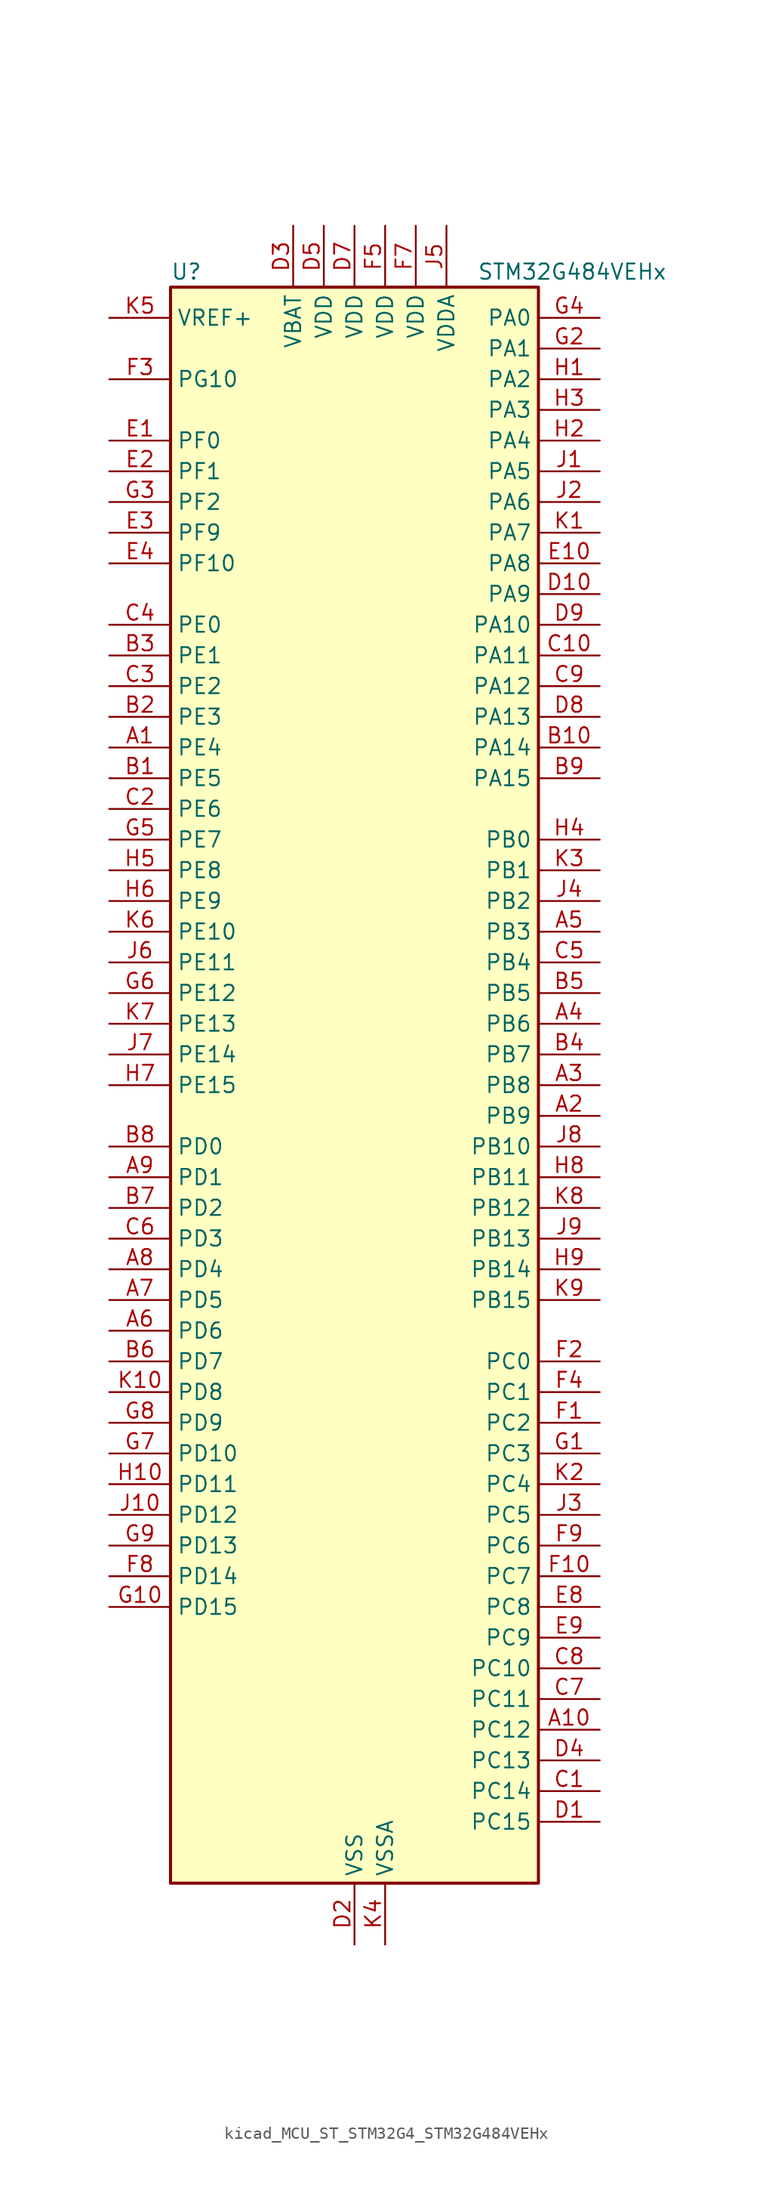
<source format=kicad_sym>
(kicad_symbol_lib
  (version 20220914)
  (generator kicad_symbol_editor)
  (symbol "kicad_MCU_ST_STM32G4_STM32G484VEHx"
    (property "Reference" "U"
      (at -15.24 67.31 0)
      (effects (font (size 1.27 1.27)) (justify left)))
    (property "Value" "STM32G484VEHx"
      (at 10.16 67.31 0)
      (effects (font (size 1.27 1.27)) (justify left)))
    (property "ki_locked" ""
      (at 0 0 0)
      (effects (font (size 1.27 1.27))))
    (symbol "kicad_MCU_ST_STM32G4_STM32G484VEHx_0_1"
      (rectangle (start -15.24 -66.04) (end 15.24 66.04) (stroke (width 0.254) (type default)) (fill (type background))))
    (symbol "kicad_MCU_ST_STM32G4_STM32G484VEHx_1_1"
      (pin bidirectional line (at -20.32 27.94 0) (length 5.08) (name "PE4" (effects (font (size 1.27 1.27)))) (number "A1" (effects (font (size 1.27 1.27)))) (alternate "FMC_A20" bidirectional line) (alternate "SAI1_D2" bidirectional line) (alternate "SAI1_FS_A" bidirectional line) (alternate "SPI4_NSS" bidirectional line) (alternate "SYS_TRACED1" bidirectional line) (alternate "TIM20_CH1N" bidirectional line) (alternate "TIM3_CH3" bidirectional line))
      (pin bidirectional line (at 20.32 -53.34 180) (length 5.08) (name "PC12" (effects (font (size 1.27 1.27)))) (number "A10" (effects (font (size 1.27 1.27)))) (alternate "HRTIM1_EEV1" bidirectional line) (alternate "I2S3_SD" bidirectional line) (alternate "SPI3_MOSI" bidirectional line) (alternate "TIM5_CH2" bidirectional line) (alternate "TIM8_CH3N" bidirectional line) (alternate "UART5_TX" bidirectional line) (alternate "UCPD1_FRSTX1" bidirectional line) (alternate "UCPD1_FRSTX2" bidirectional line) (alternate "USART3_CK" bidirectional line))
      (pin bidirectional line (at 20.32 -2.54 180) (length 5.08) (name "PB9" (effects (font (size 1.27 1.27)))) (number "A2" (effects (font (size 1.27 1.27)))) (alternate "COMP2_OUT" bidirectional line) (alternate "DAC1_EXTI9" bidirectional line) (alternate "DAC2_EXTI9" bidirectional line) (alternate "DAC3_EXTI9" bidirectional line) (alternate "DAC4_EXTI9" bidirectional line) (alternate "FDCAN1_TX" bidirectional line) (alternate "HRTIM1_EEV5" bidirectional line) (alternate "I2C1_SDA" bidirectional line) (alternate "IR_OUT" bidirectional line) (alternate "SAI1_D2" bidirectional line) (alternate "SAI1_FS_A" bidirectional line) (alternate "TIM17_CH1" bidirectional line) (alternate "TIM1_CH3N" bidirectional line) (alternate "TIM4_CH4" bidirectional line) (alternate "TIM8_CH3" bidirectional line) (alternate "USART3_TX" bidirectional line))
      (pin bidirectional line (at 20.32 0 180) (length 5.08) (name "PB8" (effects (font (size 1.27 1.27)))) (number "A3" (effects (font (size 1.27 1.27)))) (alternate "COMP1_OUT" bidirectional line) (alternate "FDCAN1_RX" bidirectional line) (alternate "HRTIM1_EEV8" bidirectional line) (alternate "I2C1_SCL" bidirectional line) (alternate "SAI1_CK1" bidirectional line) (alternate "SAI1_MCLK_A" bidirectional line) (alternate "TIM16_CH1" bidirectional line) (alternate "TIM1_BKIN" bidirectional line) (alternate "TIM4_CH3" bidirectional line) (alternate "TIM8_CH2" bidirectional line) (alternate "USART3_RX" bidirectional line))
      (pin bidirectional line (at 20.32 5.08 180) (length 5.08) (name "PB6" (effects (font (size 1.27 1.27)))) (number "A4" (effects (font (size 1.27 1.27)))) (alternate "COMP4_OUT" bidirectional line) (alternate "FDCAN2_TX" bidirectional line) (alternate "HRTIM1_EEV4" bidirectional line) (alternate "HRTIM1_SCIN" bidirectional line) (alternate "LPTIM1_ETR" bidirectional line) (alternate "SAI1_FS_B" bidirectional line) (alternate "TIM16_CH1N" bidirectional line) (alternate "TIM4_CH1" bidirectional line) (alternate "TIM8_BKIN2" bidirectional line) (alternate "TIM8_CH1" bidirectional line) (alternate "TIM8_ETR" bidirectional line) (alternate "UCPD1_CC1" bidirectional line) (alternate "USART1_TX" bidirectional line))
      (pin bidirectional line (at 20.32 12.7 180) (length 5.08) (name "PB3" (effects (font (size 1.27 1.27)))) (number "A5" (effects (font (size 1.27 1.27)))) (alternate "ADC3_EXTI3" bidirectional line) (alternate "ADC4_EXTI3" bidirectional line) (alternate "ADC5_EXTI3" bidirectional line) (alternate "CRS_SYNC" bidirectional line) (alternate "FDCAN3_RX" bidirectional line) (alternate "HRTIM1_EEV9" bidirectional line) (alternate "HRTIM1_SCOUT" bidirectional line) (alternate "I2S3_CK" bidirectional line) (alternate "SAI1_SCK_B" bidirectional line) (alternate "SPI1_SCK" bidirectional line) (alternate "SPI3_SCK" bidirectional line) (alternate "SYS_JTDO-SWO" bidirectional line) (alternate "TIM2_CH2" bidirectional line) (alternate "TIM3_ETR" bidirectional line) (alternate "TIM4_ETR" bidirectional line) (alternate "TIM8_CH1N" bidirectional line) (alternate "USART2_TX" bidirectional line))
      (pin bidirectional line (at -20.32 -20.32 0) (length 5.08) (name "PD6" (effects (font (size 1.27 1.27)))) (number "A6" (effects (font (size 1.27 1.27)))) (alternate "FMC_NWAIT" bidirectional line) (alternate "QUADSPI1_BK2_IO2" bidirectional line) (alternate "SAI1_D1" bidirectional line) (alternate "SAI1_SD_A" bidirectional line) (alternate "TIM2_CH4" bidirectional line) (alternate "USART2_RX" bidirectional line))
      (pin bidirectional line (at -20.32 -17.78 0) (length 5.08) (name "PD5" (effects (font (size 1.27 1.27)))) (number "A7" (effects (font (size 1.27 1.27)))) (alternate "FMC_NWE" bidirectional line) (alternate "QUADSPI1_BK2_IO1" bidirectional line) (alternate "USART2_TX" bidirectional line))
      (pin bidirectional line (at -20.32 -15.24 0) (length 5.08) (name "PD4" (effects (font (size 1.27 1.27)))) (number "A8" (effects (font (size 1.27 1.27)))) (alternate "FMC_NOE" bidirectional line) (alternate "QUADSPI1_BK2_IO0" bidirectional line) (alternate "TIM2_CH2" bidirectional line) (alternate "USART2_DE" bidirectional line) (alternate "USART2_RTS" bidirectional line))
      (pin bidirectional line (at -20.32 -7.62 0) (length 5.08) (name "PD1" (effects (font (size 1.27 1.27)))) (number "A9" (effects (font (size 1.27 1.27)))) (alternate "FDCAN1_TX" bidirectional line) (alternate "FMC_D3" bidirectional line) (alternate "FMC_DA3" bidirectional line) (alternate "TIM8_BKIN2" bidirectional line) (alternate "TIM8_CH4" bidirectional line))
      (pin bidirectional line (at -20.32 25.4 0) (length 5.08) (name "PE5" (effects (font (size 1.27 1.27)))) (number "B1" (effects (font (size 1.27 1.27)))) (alternate "FMC_A21" bidirectional line) (alternate "SAI1_CK2" bidirectional line) (alternate "SAI1_SCK_A" bidirectional line) (alternate "SPI4_MISO" bidirectional line) (alternate "SYS_TRACED2" bidirectional line) (alternate "TIM20_CH2N" bidirectional line) (alternate "TIM3_CH4" bidirectional line))
      (pin bidirectional line (at 20.32 27.94 180) (length 5.08) (name "PA14" (effects (font (size 1.27 1.27)))) (number "B10" (effects (font (size 1.27 1.27)))) (alternate "I2C1_SDA" bidirectional line) (alternate "I2C4_SMBA" bidirectional line) (alternate "LPTIM1_OUT" bidirectional line) (alternate "SAI1_FS_B" bidirectional line) (alternate "SYS_JTCK-SWCLK" bidirectional line) (alternate "TIM1_BKIN" bidirectional line) (alternate "TIM8_CH2" bidirectional line) (alternate "USART2_TX" bidirectional line))
      (pin bidirectional line (at -20.32 30.48 0) (length 5.08) (name "PE3" (effects (font (size 1.27 1.27)))) (number "B2" (effects (font (size 1.27 1.27)))) (alternate "ADC3_EXTI3" bidirectional line) (alternate "ADC4_EXTI3" bidirectional line) (alternate "ADC5_EXTI3" bidirectional line) (alternate "FMC_A19" bidirectional line) (alternate "SAI1_SD_B" bidirectional line) (alternate "SPI4_NSS" bidirectional line) (alternate "SYS_TRACED0" bidirectional line) (alternate "TIM20_CH2" bidirectional line) (alternate "TIM3_CH2" bidirectional line))
      (pin bidirectional line (at -20.32 35.56 0) (length 5.08) (name "PE1" (effects (font (size 1.27 1.27)))) (number "B3" (effects (font (size 1.27 1.27)))) (alternate "FMC_NBL1" bidirectional line) (alternate "TIM17_CH1" bidirectional line) (alternate "TIM20_CH4" bidirectional line) (alternate "USART1_RX" bidirectional line))
      (pin bidirectional line (at 20.32 2.54 180) (length 5.08) (name "PB7" (effects (font (size 1.27 1.27)))) (number "B4" (effects (font (size 1.27 1.27)))) (alternate "COMP3_OUT" bidirectional line) (alternate "FMC_NL" bidirectional line) (alternate "HRTIM1_EEV3" bidirectional line) (alternate "I2C1_SDA" bidirectional line) (alternate "I2C4_SDA" bidirectional line) (alternate "LPTIM1_IN2" bidirectional line) (alternate "SYS_PVD_IN" bidirectional line) (alternate "TIM17_CH1N" bidirectional line) (alternate "TIM3_CH4" bidirectional line) (alternate "TIM4_CH2" bidirectional line) (alternate "TIM8_BKIN" bidirectional line) (alternate "UART4_CTS" bidirectional line) (alternate "USART1_RX" bidirectional line))
      (pin bidirectional line (at 20.32 7.62 180) (length 5.08) (name "PB5" (effects (font (size 1.27 1.27)))) (number "B5" (effects (font (size 1.27 1.27)))) (alternate "FDCAN2_RX" bidirectional line) (alternate "HRTIM1_EEV6" bidirectional line) (alternate "I2C1_SMBA" bidirectional line) (alternate "I2C3_SDA" bidirectional line) (alternate "I2S3_SD" bidirectional line) (alternate "LPTIM1_IN1" bidirectional line) (alternate "SAI1_SD_B" bidirectional line) (alternate "SPI1_MOSI" bidirectional line) (alternate "SPI3_MOSI" bidirectional line) (alternate "TIM16_BKIN" bidirectional line) (alternate "TIM17_CH1" bidirectional line) (alternate "TIM3_CH2" bidirectional line) (alternate "TIM8_CH3N" bidirectional line) (alternate "UART5_CTS" bidirectional line) (alternate "USART2_CK" bidirectional line))
      (pin bidirectional line (at -20.32 -22.86 0) (length 5.08) (name "PD7" (effects (font (size 1.27 1.27)))) (number "B6" (effects (font (size 1.27 1.27)))) (alternate "FMC_NCE" bidirectional line) (alternate "FMC_NE1" bidirectional line) (alternate "QUADSPI1_BK2_IO3" bidirectional line) (alternate "TIM2_CH3" bidirectional line) (alternate "USART2_CK" bidirectional line))
      (pin bidirectional line (at -20.32 -10.16 0) (length 5.08) (name "PD2" (effects (font (size 1.27 1.27)))) (number "B7" (effects (font (size 1.27 1.27)))) (alternate "ADC3_EXTI2" bidirectional line) (alternate "ADC4_EXTI2" bidirectional line) (alternate "ADC5_EXTI2" bidirectional line) (alternate "TIM3_ETR" bidirectional line) (alternate "TIM8_BKIN" bidirectional line) (alternate "UART5_RX" bidirectional line))
      (pin bidirectional line (at -20.32 -5.08 0) (length 5.08) (name "PD0" (effects (font (size 1.27 1.27)))) (number "B8" (effects (font (size 1.27 1.27)))) (alternate "FDCAN1_RX" bidirectional line) (alternate "FMC_D2" bidirectional line) (alternate "FMC_DA2" bidirectional line) (alternate "TIM8_CH4N" bidirectional line))
      (pin bidirectional line (at 20.32 25.4 180) (length 5.08) (name "PA15" (effects (font (size 1.27 1.27)))) (number "B9" (effects (font (size 1.27 1.27)))) (alternate "ADC1_EXTI15" bidirectional line) (alternate "ADC2_EXTI15" bidirectional line) (alternate "FDCAN3_TX" bidirectional line) (alternate "HRTIM1_FLT2" bidirectional line) (alternate "I2C1_SCL" bidirectional line) (alternate "I2S3_WS" bidirectional line) (alternate "SPI1_NSS" bidirectional line) (alternate "SPI3_NSS" bidirectional line) (alternate "SYS_JTDI" bidirectional line) (alternate "TIM1_BKIN" bidirectional line) (alternate "TIM2_CH1" bidirectional line) (alternate "TIM2_ETR" bidirectional line) (alternate "TIM8_CH1" bidirectional line) (alternate "UART4_DE" bidirectional line) (alternate "UART4_RTS" bidirectional line) (alternate "USART2_RX" bidirectional line))
      (pin bidirectional line (at 20.32 -58.42 180) (length 5.08) (name "PC14" (effects (font (size 1.27 1.27)))) (number "C1" (effects (font (size 1.27 1.27)))) (alternate "RCC_OSC32_IN" bidirectional line))
      (pin bidirectional line (at 20.32 35.56 180) (length 5.08) (name "PA11" (effects (font (size 1.27 1.27)))) (number "C10" (effects (font (size 1.27 1.27)))) (alternate "ADC1_EXTI11" bidirectional line) (alternate "ADC2_EXTI11" bidirectional line) (alternate "COMP1_OUT" bidirectional line) (alternate "FDCAN1_RX" bidirectional line) (alternate "HRTIM1_CHB2" bidirectional line) (alternate "I2S2_SD" bidirectional line) (alternate "SPI2_MOSI" bidirectional line) (alternate "TIM1_BKIN2" bidirectional line) (alternate "TIM1_CH1N" bidirectional line) (alternate "TIM1_CH4" bidirectional line) (alternate "TIM4_CH1" bidirectional line) (alternate "USART1_CTS" bidirectional line) (alternate "USART1_NSS" bidirectional line) (alternate "USB_DM" bidirectional line))
      (pin bidirectional line (at -20.32 22.86 0) (length 5.08) (name "PE6" (effects (font (size 1.27 1.27)))) (number "C2" (effects (font (size 1.27 1.27)))) (alternate "FMC_A22" bidirectional line) (alternate "RTC_TAMP3" bidirectional line) (alternate "SAI1_D1" bidirectional line) (alternate "SAI1_SD_A" bidirectional line) (alternate "SPI4_MOSI" bidirectional line) (alternate "SYS_TRACED3" bidirectional line) (alternate "SYS_WKUP3" bidirectional line) (alternate "TIM20_CH3N" bidirectional line))
      (pin bidirectional line (at -20.32 33.02 0) (length 5.08) (name "PE2" (effects (font (size 1.27 1.27)))) (number "C3" (effects (font (size 1.27 1.27)))) (alternate "ADC3_EXTI2" bidirectional line) (alternate "ADC4_EXTI2" bidirectional line) (alternate "ADC5_EXTI2" bidirectional line) (alternate "FMC_A23" bidirectional line) (alternate "SAI1_CK1" bidirectional line) (alternate "SAI1_MCLK_A" bidirectional line) (alternate "SPI4_SCK" bidirectional line) (alternate "SYS_TRACECLK" bidirectional line) (alternate "TIM20_CH1" bidirectional line) (alternate "TIM3_CH1" bidirectional line))
      (pin bidirectional line (at -20.32 38.1 0) (length 5.08) (name "PE0" (effects (font (size 1.27 1.27)))) (number "C4" (effects (font (size 1.27 1.27)))) (alternate "FMC_NBL0" bidirectional line) (alternate "TIM16_CH1" bidirectional line) (alternate "TIM20_CH4N" bidirectional line) (alternate "TIM20_ETR" bidirectional line) (alternate "TIM4_ETR" bidirectional line) (alternate "USART1_TX" bidirectional line))
      (pin bidirectional line (at 20.32 10.16 180) (length 5.08) (name "PB4" (effects (font (size 1.27 1.27)))) (number "C5" (effects (font (size 1.27 1.27)))) (alternate "FDCAN3_TX" bidirectional line) (alternate "HRTIM1_EEV7" bidirectional line) (alternate "SAI1_MCLK_B" bidirectional line) (alternate "SPI1_MISO" bidirectional line) (alternate "SPI3_MISO" bidirectional line) (alternate "SYS_JTRST" bidirectional line) (alternate "TIM16_CH1" bidirectional line) (alternate "TIM17_BKIN" bidirectional line) (alternate "TIM3_CH1" bidirectional line) (alternate "TIM8_CH2N" bidirectional line) (alternate "UART5_DE" bidirectional line) (alternate "UART5_RTS" bidirectional line) (alternate "UCPD1_CC2" bidirectional line) (alternate "USART2_RX" bidirectional line))
      (pin bidirectional line (at -20.32 -12.7 0) (length 5.08) (name "PD3" (effects (font (size 1.27 1.27)))) (number "C6" (effects (font (size 1.27 1.27)))) (alternate "ADC3_EXTI3" bidirectional line) (alternate "ADC4_EXTI3" bidirectional line) (alternate "ADC5_EXTI3" bidirectional line) (alternate "FMC_CLK" bidirectional line) (alternate "QUADSPI1_BK2_NCS" bidirectional line) (alternate "TIM2_CH1" bidirectional line) (alternate "TIM2_ETR" bidirectional line) (alternate "USART2_CTS" bidirectional line) (alternate "USART2_NSS" bidirectional line))
      (pin bidirectional line (at 20.32 -50.8 180) (length 5.08) (name "PC11" (effects (font (size 1.27 1.27)))) (number "C7" (effects (font (size 1.27 1.27)))) (alternate "ADC1_EXTI11" bidirectional line) (alternate "ADC2_EXTI11" bidirectional line) (alternate "HRTIM1_EEV2" bidirectional line) (alternate "I2C3_SDA" bidirectional line) (alternate "SPI3_MISO" bidirectional line) (alternate "TIM8_CH2N" bidirectional line) (alternate "UART4_RX" bidirectional line) (alternate "USART3_RX" bidirectional line))
      (pin bidirectional line (at 20.32 -48.26 180) (length 5.08) (name "PC10" (effects (font (size 1.27 1.27)))) (number "C8" (effects (font (size 1.27 1.27)))) (alternate "DAC1_EXTI10" bidirectional line) (alternate "DAC2_EXTI10" bidirectional line) (alternate "DAC3_EXTI10" bidirectional line) (alternate "DAC4_EXTI10" bidirectional line) (alternate "HRTIM1_FLT6" bidirectional line) (alternate "I2S3_CK" bidirectional line) (alternate "SPI3_SCK" bidirectional line) (alternate "TIM8_CH1N" bidirectional line) (alternate "UART4_TX" bidirectional line) (alternate "USART3_TX" bidirectional line))
      (pin bidirectional line (at 20.32 33.02 180) (length 5.08) (name "PA12" (effects (font (size 1.27 1.27)))) (number "C9" (effects (font (size 1.27 1.27)))) (alternate "COMP2_OUT" bidirectional line) (alternate "FDCAN1_TX" bidirectional line) (alternate "HRTIM1_FLT1" bidirectional line) (alternate "I2S_CKIN" bidirectional line) (alternate "TIM16_CH1" bidirectional line) (alternate "TIM1_CH2N" bidirectional line) (alternate "TIM1_ETR" bidirectional line) (alternate "TIM4_CH2" bidirectional line) (alternate "USART1_DE" bidirectional line) (alternate "USART1_RTS" bidirectional line) (alternate "USB_DP" bidirectional line))
      (pin bidirectional line (at 20.32 -60.96 180) (length 5.08) (name "PC15" (effects (font (size 1.27 1.27)))) (number "D1" (effects (font (size 1.27 1.27)))) (alternate "ADC1_EXTI15" bidirectional line) (alternate "ADC2_EXTI15" bidirectional line) (alternate "RCC_OSC32_OUT" bidirectional line))
      (pin bidirectional line (at 20.32 40.64 180) (length 5.08) (name "PA9" (effects (font (size 1.27 1.27)))) (number "D10" (effects (font (size 1.27 1.27)))) (alternate "ADC5_IN2" bidirectional line) (alternate "COMP5_OUT" bidirectional line) (alternate "DAC1_EXTI9" bidirectional line) (alternate "DAC2_EXTI9" bidirectional line) (alternate "DAC3_EXTI9" bidirectional line) (alternate "DAC4_EXTI9" bidirectional line) (alternate "HRTIM1_CHA2" bidirectional line) (alternate "I2C2_SCL" bidirectional line) (alternate "I2C3_SMBA" bidirectional line) (alternate "I2S3_MCK" bidirectional line) (alternate "SAI1_FS_A" bidirectional line) (alternate "TIM15_BKIN" bidirectional line) (alternate "TIM1_CH2" bidirectional line) (alternate "TIM2_CH3" bidirectional line) (alternate "UCPD1_DBCC1" bidirectional line) (alternate "USART1_TX" bidirectional line))
      (pin power_in line (at 0 -71.12 90) (length 5.08) (name "VSS" (effects (font (size 1.27 1.27)))) (number "D2" (effects (font (size 1.27 1.27)))))
      (pin power_in line (at -5.08 71.12 270) (length 5.08) (name "VBAT" (effects (font (size 1.27 1.27)))) (number "D3" (effects (font (size 1.27 1.27)))))
      (pin bidirectional line (at 20.32 -55.88 180) (length 5.08) (name "PC13" (effects (font (size 1.27 1.27)))) (number "D4" (effects (font (size 1.27 1.27)))) (alternate "RTC_OUT1" bidirectional line) (alternate "RTC_TAMP1" bidirectional line) (alternate "RTC_TS" bidirectional line) (alternate "SYS_WKUP2" bidirectional line) (alternate "TIM1_BKIN" bidirectional line) (alternate "TIM1_CH1N" bidirectional line) (alternate "TIM8_CH4N" bidirectional line))
      (pin power_in line (at -2.54 71.12 270) (length 5.08) (name "VDD" (effects (font (size 1.27 1.27)))) (number "D5" (effects (font (size 1.27 1.27)))))
      (pin passive line (at 0 -71.12 90) (length 5.08) hide (name "VSS" (effects (font (size 1.27 1.27)))) (number "D6" (effects (font (size 1.27 1.27)))))
      (pin power_in line (at 0 71.12 270) (length 5.08) (name "VDD" (effects (font (size 1.27 1.27)))) (number "D7" (effects (font (size 1.27 1.27)))))
      (pin bidirectional line (at 20.32 30.48 180) (length 5.08) (name "PA13" (effects (font (size 1.27 1.27)))) (number "D8" (effects (font (size 1.27 1.27)))) (alternate "I2C1_SCL" bidirectional line) (alternate "I2C4_SCL" bidirectional line) (alternate "IR_OUT" bidirectional line) (alternate "SAI1_SD_B" bidirectional line) (alternate "SYS_JTMS-SWDIO" bidirectional line) (alternate "TIM16_CH1N" bidirectional line) (alternate "TIM4_CH3" bidirectional line) (alternate "USART3_CTS" bidirectional line) (alternate "USART3_NSS" bidirectional line))
      (pin bidirectional line (at 20.32 38.1 180) (length 5.08) (name "PA10" (effects (font (size 1.27 1.27)))) (number "D9" (effects (font (size 1.27 1.27)))) (alternate "COMP6_OUT" bidirectional line) (alternate "CRS_SYNC" bidirectional line) (alternate "DAC1_EXTI10" bidirectional line) (alternate "DAC2_EXTI10" bidirectional line) (alternate "DAC3_EXTI10" bidirectional line) (alternate "DAC4_EXTI10" bidirectional line) (alternate "HRTIM1_CHB1" bidirectional line) (alternate "I2C2_SMBA" bidirectional line) (alternate "SAI1_D1" bidirectional line) (alternate "SAI1_SD_A" bidirectional line) (alternate "SPI2_MISO" bidirectional line) (alternate "TIM17_BKIN" bidirectional line) (alternate "TIM1_CH3" bidirectional line) (alternate "TIM2_CH4" bidirectional line) (alternate "TIM8_BKIN" bidirectional line) (alternate "UCPD1_DBCC2" bidirectional line) (alternate "USART1_RX" bidirectional line))
      (pin bidirectional line (at -20.32 53.34 0) (length 5.08) (name "PF0" (effects (font (size 1.27 1.27)))) (number "E1" (effects (font (size 1.27 1.27)))) (alternate "ADC1_IN10" bidirectional line) (alternate "I2C2_SDA" bidirectional line) (alternate "I2S2_WS" bidirectional line) (alternate "RCC_OSC_IN" bidirectional line) (alternate "SPI2_NSS" bidirectional line) (alternate "TIM1_CH3N" bidirectional line))
      (pin bidirectional line (at 20.32 43.18 180) (length 5.08) (name "PA8" (effects (font (size 1.27 1.27)))) (number "E10" (effects (font (size 1.27 1.27)))) (alternate "ADC5_IN1" bidirectional line) (alternate "COMP7_OUT" bidirectional line) (alternate "FDCAN3_RX" bidirectional line) (alternate "HRTIM1_CHA1" bidirectional line) (alternate "I2C2_SDA" bidirectional line) (alternate "I2C3_SCL" bidirectional line) (alternate "I2S2_MCK" bidirectional line) (alternate "OPAMP5_VOUT" bidirectional line) (alternate "RCC_MCO" bidirectional line) (alternate "SAI1_CK2" bidirectional line) (alternate "SAI1_SCK_A" bidirectional line) (alternate "TIM1_CH1" bidirectional line) (alternate "TIM4_ETR" bidirectional line) (alternate "USART1_CK" bidirectional line))
      (pin bidirectional line (at -20.32 50.8 0) (length 5.08) (name "PF1" (effects (font (size 1.27 1.27)))) (number "E2" (effects (font (size 1.27 1.27)))) (alternate "ADC2_IN10" bidirectional line) (alternate "COMP3_INM" bidirectional line) (alternate "I2S2_CK" bidirectional line) (alternate "RCC_OSC_OUT" bidirectional line) (alternate "SPI2_SCK" bidirectional line))
      (pin bidirectional line (at -20.32 45.72 0) (length 5.08) (name "PF9" (effects (font (size 1.27 1.27)))) (number "E3" (effects (font (size 1.27 1.27)))) (alternate "DAC1_EXTI9" bidirectional line) (alternate "DAC2_EXTI9" bidirectional line) (alternate "DAC3_EXTI9" bidirectional line) (alternate "DAC4_EXTI9" bidirectional line) (alternate "FMC_A25" bidirectional line) (alternate "QUADSPI1_BK1_IO1" bidirectional line) (alternate "SAI1_FS_B" bidirectional line) (alternate "SPI2_SCK" bidirectional line) (alternate "TIM15_CH1" bidirectional line) (alternate "TIM20_BKIN" bidirectional line) (alternate "TIM5_CH4" bidirectional line))
      (pin bidirectional line (at -20.32 43.18 0) (length 5.08) (name "PF10" (effects (font (size 1.27 1.27)))) (number "E4" (effects (font (size 1.27 1.27)))) (alternate "DAC1_EXTI10" bidirectional line) (alternate "DAC2_EXTI10" bidirectional line) (alternate "DAC3_EXTI10" bidirectional line) (alternate "DAC4_EXTI10" bidirectional line) (alternate "FMC_A0" bidirectional line) (alternate "QUADSPI1_CLK" bidirectional line) (alternate "SAI1_D3" bidirectional line) (alternate "SPI2_SCK" bidirectional line) (alternate "TIM15_CH2" bidirectional line) (alternate "TIM20_BKIN2" bidirectional line))
      (pin passive line (at 0 -71.12 90) (length 5.08) hide (name "VSS" (effects (font (size 1.27 1.27)))) (number "E5" (effects (font (size 1.27 1.27)))))
      (pin passive line (at 0 -71.12 90) (length 5.08) hide (name "VSS" (effects (font (size 1.27 1.27)))) (number "E6" (effects (font (size 1.27 1.27)))))
      (pin passive line (at 0 -71.12 90) (length 5.08) hide (name "VSS" (effects (font (size 1.27 1.27)))) (number "E7" (effects (font (size 1.27 1.27)))))
      (pin bidirectional line (at 20.32 -43.18 180) (length 5.08) (name "PC8" (effects (font (size 1.27 1.27)))) (number "E8" (effects (font (size 1.27 1.27)))) (alternate "COMP7_OUT" bidirectional line) (alternate "HRTIM1_CHE1" bidirectional line) (alternate "I2C3_SCL" bidirectional line) (alternate "TIM20_CH3" bidirectional line) (alternate "TIM3_CH3" bidirectional line) (alternate "TIM8_CH3" bidirectional line))
      (pin bidirectional line (at 20.32 -45.72 180) (length 5.08) (name "PC9" (effects (font (size 1.27 1.27)))) (number "E9" (effects (font (size 1.27 1.27)))) (alternate "DAC1_EXTI9" bidirectional line) (alternate "DAC2_EXTI9" bidirectional line) (alternate "DAC3_EXTI9" bidirectional line) (alternate "DAC4_EXTI9" bidirectional line) (alternate "HRTIM1_CHE2" bidirectional line) (alternate "I2C3_SDA" bidirectional line) (alternate "I2S_CKIN" bidirectional line) (alternate "TIM3_CH4" bidirectional line) (alternate "TIM8_BKIN2" bidirectional line) (alternate "TIM8_CH4" bidirectional line))
      (pin bidirectional line (at 20.32 -27.94 180) (length 5.08) (name "PC2" (effects (font (size 1.27 1.27)))) (number "F1" (effects (font (size 1.27 1.27)))) (alternate "ADC1_IN8" bidirectional line) (alternate "ADC2_IN8" bidirectional line) (alternate "ADC3_EXTI2" bidirectional line) (alternate "ADC4_EXTI2" bidirectional line) (alternate "ADC5_EXTI2" bidirectional line) (alternate "COMP3_OUT" bidirectional line) (alternate "LPTIM1_IN2" bidirectional line) (alternate "QUADSPI1_BK2_IO1" bidirectional line) (alternate "TIM1_CH3" bidirectional line) (alternate "TIM20_CH2" bidirectional line))
      (pin bidirectional line (at 20.32 -40.64 180) (length 5.08) (name "PC7" (effects (font (size 1.27 1.27)))) (number "F10" (effects (font (size 1.27 1.27)))) (alternate "COMP5_OUT" bidirectional line) (alternate "HRTIM1_CHF2" bidirectional line) (alternate "HRTIM1_FLT5" bidirectional line) (alternate "I2C4_SDA" bidirectional line) (alternate "I2S3_MCK" bidirectional line) (alternate "TIM3_CH2" bidirectional line) (alternate "TIM8_CH2" bidirectional line))
      (pin bidirectional line (at 20.32 -22.86 180) (length 5.08) (name "PC0" (effects (font (size 1.27 1.27)))) (number "F2" (effects (font (size 1.27 1.27)))) (alternate "ADC1_IN6" bidirectional line) (alternate "ADC2_IN6" bidirectional line) (alternate "COMP3_INM" bidirectional line) (alternate "LPTIM1_IN1" bidirectional line) (alternate "LPUART1_RX" bidirectional line) (alternate "TIM1_CH1" bidirectional line))
      (pin bidirectional line (at -20.32 58.42 0) (length 5.08) (name "PG10" (effects (font (size 1.27 1.27)))) (number "F3" (effects (font (size 1.27 1.27)))) (alternate "DAC1_EXTI10" bidirectional line) (alternate "DAC2_EXTI10" bidirectional line) (alternate "DAC3_EXTI10" bidirectional line) (alternate "DAC4_EXTI10" bidirectional line) (alternate "RCC_MCO" bidirectional line))
      (pin bidirectional line (at 20.32 -25.4 180) (length 5.08) (name "PC1" (effects (font (size 1.27 1.27)))) (number "F4" (effects (font (size 1.27 1.27)))) (alternate "ADC1_IN7" bidirectional line) (alternate "ADC2_IN7" bidirectional line) (alternate "COMP3_INP" bidirectional line) (alternate "LPTIM1_OUT" bidirectional line) (alternate "LPUART1_TX" bidirectional line) (alternate "QUADSPI1_BK2_IO0" bidirectional line) (alternate "SAI1_SD_A" bidirectional line) (alternate "TIM1_CH2" bidirectional line))
      (pin power_in line (at 2.54 71.12 270) (length 5.08) (name "VDD" (effects (font (size 1.27 1.27)))) (number "F5" (effects (font (size 1.27 1.27)))))
      (pin passive line (at 0 -71.12 90) (length 5.08) hide (name "VSS" (effects (font (size 1.27 1.27)))) (number "F6" (effects (font (size 1.27 1.27)))))
      (pin power_in line (at 5.08 71.12 270) (length 5.08) (name "VDD" (effects (font (size 1.27 1.27)))) (number "F7" (effects (font (size 1.27 1.27)))))
      (pin bidirectional line (at -20.32 -40.64 0) (length 5.08) (name "PD14" (effects (font (size 1.27 1.27)))) (number "F8" (effects (font (size 1.27 1.27)))) (alternate "ADC3_IN11" bidirectional line) (alternate "ADC4_IN11" bidirectional line) (alternate "ADC5_IN11" bidirectional line) (alternate "COMP7_INP" bidirectional line) (alternate "FMC_D0" bidirectional line) (alternate "FMC_DA0" bidirectional line) (alternate "OPAMP2_VINP" bidirectional line) (alternate "OPAMP2_VINP_SEC" bidirectional line) (alternate "TIM4_CH3" bidirectional line))
      (pin bidirectional line (at 20.32 -38.1 180) (length 5.08) (name "PC6" (effects (font (size 1.27 1.27)))) (number "F9" (effects (font (size 1.27 1.27)))) (alternate "COMP6_OUT" bidirectional line) (alternate "HRTIM1_CHF1" bidirectional line) (alternate "HRTIM1_EEV10" bidirectional line) (alternate "I2C4_SCL" bidirectional line) (alternate "I2S2_MCK" bidirectional line) (alternate "TIM3_CH1" bidirectional line) (alternate "TIM8_CH1" bidirectional line))
      (pin bidirectional line (at 20.32 -30.48 180) (length 5.08) (name "PC3" (effects (font (size 1.27 1.27)))) (number "G1" (effects (font (size 1.27 1.27)))) (alternate "ADC1_IN9" bidirectional line) (alternate "ADC2_IN9" bidirectional line) (alternate "ADC3_EXTI3" bidirectional line) (alternate "ADC4_EXTI3" bidirectional line) (alternate "ADC5_EXTI3" bidirectional line) (alternate "LPTIM1_ETR" bidirectional line) (alternate "OPAMP5_VINP" bidirectional line) (alternate "OPAMP5_VINP_SEC" bidirectional line) (alternate "QUADSPI1_BK2_IO2" bidirectional line) (alternate "SAI1_D1" bidirectional line) (alternate "SAI1_SD_A" bidirectional line) (alternate "TIM1_BKIN2" bidirectional line) (alternate "TIM1_CH4" bidirectional line))
      (pin bidirectional line (at -20.32 -43.18 0) (length 5.08) (name "PD15" (effects (font (size 1.27 1.27)))) (number "G10" (effects (font (size 1.27 1.27)))) (alternate "ADC1_EXTI15" bidirectional line) (alternate "ADC2_EXTI15" bidirectional line) (alternate "COMP7_INM" bidirectional line) (alternate "FMC_D1" bidirectional line) (alternate "FMC_DA1" bidirectional line) (alternate "SPI2_NSS" bidirectional line) (alternate "TIM4_CH4" bidirectional line))
      (pin bidirectional line (at 20.32 60.96 180) (length 5.08) (name "PA1" (effects (font (size 1.27 1.27)))) (number "G2" (effects (font (size 1.27 1.27)))) (alternate "ADC1_IN2" bidirectional line) (alternate "ADC2_IN2" bidirectional line) (alternate "COMP1_INP" bidirectional line) (alternate "OPAMP1_VINP" bidirectional line) (alternate "OPAMP1_VINP_SEC" bidirectional line) (alternate "OPAMP3_VINP" bidirectional line) (alternate "OPAMP3_VINP_SEC" bidirectional line) (alternate "OPAMP6_VINM" bidirectional line) (alternate "OPAMP6_VINM0" bidirectional line) (alternate "OPAMP6_VINM_SEC" bidirectional line) (alternate "RTC_REFIN" bidirectional line) (alternate "TIM15_CH1N" bidirectional line) (alternate "TIM2_CH2" bidirectional line) (alternate "TIM5_CH2" bidirectional line) (alternate "USART2_DE" bidirectional line) (alternate "USART2_RTS" bidirectional line))
      (pin bidirectional line (at -20.32 48.26 0) (length 5.08) (name "PF2" (effects (font (size 1.27 1.27)))) (number "G3" (effects (font (size 1.27 1.27)))) (alternate "ADC3_EXTI2" bidirectional line) (alternate "ADC4_EXTI2" bidirectional line) (alternate "ADC5_EXTI2" bidirectional line) (alternate "FMC_A2" bidirectional line) (alternate "I2C2_SMBA" bidirectional line) (alternate "TIM20_CH3" bidirectional line))
      (pin bidirectional line (at 20.32 63.5 180) (length 5.08) (name "PA0" (effects (font (size 1.27 1.27)))) (number "G4" (effects (font (size 1.27 1.27)))) (alternate "ADC1_IN1" bidirectional line) (alternate "ADC2_IN1" bidirectional line) (alternate "COMP1_INM" bidirectional line) (alternate "COMP1_OUT" bidirectional line) (alternate "COMP3_INP" bidirectional line) (alternate "RTC_TAMP2" bidirectional line) (alternate "SYS_WKUP1" bidirectional line) (alternate "TIM2_CH1" bidirectional line) (alternate "TIM2_ETR" bidirectional line) (alternate "TIM5_CH1" bidirectional line) (alternate "TIM8_BKIN" bidirectional line) (alternate "TIM8_ETR" bidirectional line) (alternate "USART2_CTS" bidirectional line) (alternate "USART2_NSS" bidirectional line))
      (pin bidirectional line (at -20.32 20.32 0) (length 5.08) (name "PE7" (effects (font (size 1.27 1.27)))) (number "G5" (effects (font (size 1.27 1.27)))) (alternate "ADC3_IN4" bidirectional line) (alternate "COMP4_INP" bidirectional line) (alternate "FMC_D4" bidirectional line) (alternate "FMC_DA4" bidirectional line) (alternate "SAI1_SD_B" bidirectional line) (alternate "TIM1_ETR" bidirectional line))
      (pin bidirectional line (at -20.32 7.62 0) (length 5.08) (name "PE12" (effects (font (size 1.27 1.27)))) (number "G6" (effects (font (size 1.27 1.27)))) (alternate "ADC3_IN16" bidirectional line) (alternate "ADC4_IN16" bidirectional line) (alternate "ADC5_IN16" bidirectional line) (alternate "FMC_D9" bidirectional line) (alternate "FMC_DA9" bidirectional line) (alternate "QUADSPI1_BK1_IO0" bidirectional line) (alternate "SPI4_SCK" bidirectional line) (alternate "TIM1_CH3N" bidirectional line))
      (pin bidirectional line (at -20.32 -30.48 0) (length 5.08) (name "PD10" (effects (font (size 1.27 1.27)))) (number "G7" (effects (font (size 1.27 1.27)))) (alternate "ADC3_IN7" bidirectional line) (alternate "ADC4_IN7" bidirectional line) (alternate "ADC5_IN7" bidirectional line) (alternate "COMP6_INM" bidirectional line) (alternate "DAC1_EXTI10" bidirectional line) (alternate "DAC2_EXTI10" bidirectional line) (alternate "DAC3_EXTI10" bidirectional line) (alternate "DAC4_EXTI10" bidirectional line) (alternate "FMC_D15" bidirectional line) (alternate "FMC_DA15" bidirectional line) (alternate "USART3_CK" bidirectional line))
      (pin bidirectional line (at -20.32 -27.94 0) (length 5.08) (name "PD9" (effects (font (size 1.27 1.27)))) (number "G8" (effects (font (size 1.27 1.27)))) (alternate "ADC4_IN13" bidirectional line) (alternate "ADC5_IN13" bidirectional line) (alternate "DAC1_EXTI9" bidirectional line) (alternate "DAC2_EXTI9" bidirectional line) (alternate "DAC3_EXTI9" bidirectional line) (alternate "DAC4_EXTI9" bidirectional line) (alternate "FMC_D14" bidirectional line) (alternate "FMC_DA14" bidirectional line) (alternate "OPAMP6_VINP" bidirectional line) (alternate "OPAMP6_VINP_SEC" bidirectional line) (alternate "USART3_RX" bidirectional line))
      (pin bidirectional line (at -20.32 -38.1 0) (length 5.08) (name "PD13" (effects (font (size 1.27 1.27)))) (number "G9" (effects (font (size 1.27 1.27)))) (alternate "ADC3_IN10" bidirectional line) (alternate "ADC4_IN10" bidirectional line) (alternate "ADC5_IN10" bidirectional line) (alternate "COMP5_INM" bidirectional line) (alternate "FMC_A18" bidirectional line) (alternate "TIM4_CH2" bidirectional line))
      (pin bidirectional line (at 20.32 58.42 180) (length 5.08) (name "PA2" (effects (font (size 1.27 1.27)))) (number "H1" (effects (font (size 1.27 1.27)))) (alternate "ADC1_IN3" bidirectional line) (alternate "ADC3_EXTI2" bidirectional line) (alternate "ADC4_EXTI2" bidirectional line) (alternate "ADC5_EXTI2" bidirectional line) (alternate "COMP2_INM" bidirectional line) (alternate "COMP2_OUT" bidirectional line) (alternate "LPUART1_TX" bidirectional line) (alternate "OPAMP1_VOUT" bidirectional line) (alternate "QUADSPI1_BK1_NCS" bidirectional line) (alternate "RCC_LSCO" bidirectional line) (alternate "SYS_WKUP4" bidirectional line) (alternate "TIM15_CH1" bidirectional line) (alternate "TIM2_CH3" bidirectional line) (alternate "TIM5_CH3" bidirectional line) (alternate "UCPD1_FRSTX1" bidirectional line) (alternate "UCPD1_FRSTX2" bidirectional line) (alternate "USART2_TX" bidirectional line))
      (pin bidirectional line (at -20.32 -33.02 0) (length 5.08) (name "PD11" (effects (font (size 1.27 1.27)))) (number "H10" (effects (font (size 1.27 1.27)))) (alternate "ADC1_EXTI11" bidirectional line) (alternate "ADC2_EXTI11" bidirectional line) (alternate "ADC3_IN8" bidirectional line) (alternate "ADC4_IN8" bidirectional line) (alternate "ADC5_IN8" bidirectional line) (alternate "COMP6_INP" bidirectional line) (alternate "FMC_A16" bidirectional line) (alternate "FMC_CLE" bidirectional line) (alternate "I2C4_SMBA" bidirectional line) (alternate "OPAMP4_VINP" bidirectional line) (alternate "OPAMP4_VINP_SEC" bidirectional line) (alternate "TIM5_ETR" bidirectional line) (alternate "USART3_CTS" bidirectional line) (alternate "USART3_NSS" bidirectional line))
      (pin bidirectional line (at 20.32 53.34 180) (length 5.08) (name "PA4" (effects (font (size 1.27 1.27)))) (number "H2" (effects (font (size 1.27 1.27)))) (alternate "ADC2_IN17" bidirectional line) (alternate "COMP1_INM" bidirectional line) (alternate "DAC1_OUT1" bidirectional line) (alternate "I2S3_WS" bidirectional line) (alternate "SAI1_FS_B" bidirectional line) (alternate "SPI1_NSS" bidirectional line) (alternate "SPI3_NSS" bidirectional line) (alternate "TIM3_CH2" bidirectional line) (alternate "USART2_CK" bidirectional line))
      (pin bidirectional line (at 20.32 55.88 180) (length 5.08) (name "PA3" (effects (font (size 1.27 1.27)))) (number "H3" (effects (font (size 1.27 1.27)))) (alternate "ADC1_IN4" bidirectional line) (alternate "ADC3_EXTI3" bidirectional line) (alternate "ADC4_EXTI3" bidirectional line) (alternate "ADC5_EXTI3" bidirectional line) (alternate "COMP2_INP" bidirectional line) (alternate "LPUART1_RX" bidirectional line) (alternate "OPAMP1_VINM" bidirectional line) (alternate "OPAMP1_VINM0" bidirectional line) (alternate "OPAMP1_VINM_SEC" bidirectional line) (alternate "OPAMP1_VINP" bidirectional line) (alternate "OPAMP1_VINP_SEC" bidirectional line) (alternate "OPAMP5_VINM" bidirectional line) (alternate "OPAMP5_VINM1" bidirectional line) (alternate "OPAMP5_VINM_SEC" bidirectional line) (alternate "QUADSPI1_CLK" bidirectional line) (alternate "SAI1_CK1" bidirectional line) (alternate "SAI1_MCLK_A" bidirectional line) (alternate "TIM15_CH2" bidirectional line) (alternate "TIM2_CH4" bidirectional line) (alternate "TIM5_CH4" bidirectional line) (alternate "USART2_RX" bidirectional line))
      (pin bidirectional line (at 20.32 20.32 180) (length 5.08) (name "PB0" (effects (font (size 1.27 1.27)))) (number "H4" (effects (font (size 1.27 1.27)))) (alternate "ADC1_IN15" bidirectional line) (alternate "ADC3_IN12" bidirectional line) (alternate "COMP4_INP" bidirectional line) (alternate "HRTIM1_FLT5" bidirectional line) (alternate "OPAMP2_VINP" bidirectional line) (alternate "OPAMP2_VINP_SEC" bidirectional line) (alternate "OPAMP3_VINP" bidirectional line) (alternate "OPAMP3_VINP_SEC" bidirectional line) (alternate "QUADSPI1_BK1_IO1" bidirectional line) (alternate "TIM1_CH2N" bidirectional line) (alternate "TIM3_CH3" bidirectional line) (alternate "TIM8_CH2N" bidirectional line) (alternate "UCPD1_FRSTX1" bidirectional line) (alternate "UCPD1_FRSTX2" bidirectional line))
      (pin bidirectional line (at -20.32 17.78 0) (length 5.08) (name "PE8" (effects (font (size 1.27 1.27)))) (number "H5" (effects (font (size 1.27 1.27)))) (alternate "ADC3_IN6" bidirectional line) (alternate "ADC4_IN6" bidirectional line) (alternate "ADC5_IN6" bidirectional line) (alternate "COMP4_INM" bidirectional line) (alternate "FMC_D5" bidirectional line) (alternate "FMC_DA5" bidirectional line) (alternate "SAI1_SCK_B" bidirectional line) (alternate "TIM1_CH1N" bidirectional line) (alternate "TIM5_CH3" bidirectional line))
      (pin bidirectional line (at -20.32 15.24 0) (length 5.08) (name "PE9" (effects (font (size 1.27 1.27)))) (number "H6" (effects (font (size 1.27 1.27)))) (alternate "ADC3_IN2" bidirectional line) (alternate "DAC1_EXTI9" bidirectional line) (alternate "DAC2_EXTI9" bidirectional line) (alternate "DAC3_EXTI9" bidirectional line) (alternate "DAC4_EXTI9" bidirectional line) (alternate "FMC_D6" bidirectional line) (alternate "FMC_DA6" bidirectional line) (alternate "SAI1_FS_B" bidirectional line) (alternate "TIM1_CH1" bidirectional line) (alternate "TIM5_CH4" bidirectional line))
      (pin bidirectional line (at -20.32 0 0) (length 5.08) (name "PE15" (effects (font (size 1.27 1.27)))) (number "H7" (effects (font (size 1.27 1.27)))) (alternate "ADC1_EXTI15" bidirectional line) (alternate "ADC2_EXTI15" bidirectional line) (alternate "ADC4_IN2" bidirectional line) (alternate "FMC_D12" bidirectional line) (alternate "FMC_DA12" bidirectional line) (alternate "QUADSPI1_BK1_IO3" bidirectional line) (alternate "TIM1_BKIN" bidirectional line) (alternate "TIM1_CH4N" bidirectional line) (alternate "USART3_RX" bidirectional line))
      (pin bidirectional line (at 20.32 -7.62 180) (length 5.08) (name "PB11" (effects (font (size 1.27 1.27)))) (number "H8" (effects (font (size 1.27 1.27)))) (alternate "ADC1_EXTI11" bidirectional line) (alternate "ADC1_IN14" bidirectional line) (alternate "ADC2_EXTI11" bidirectional line) (alternate "ADC2_IN14" bidirectional line) (alternate "COMP6_INP" bidirectional line) (alternate "HRTIM1_FLT4" bidirectional line) (alternate "LPUART1_TX" bidirectional line) (alternate "OPAMP4_VINP" bidirectional line) (alternate "OPAMP4_VINP_SEC" bidirectional line) (alternate "OPAMP6_VOUT" bidirectional line) (alternate "QUADSPI1_BK1_NCS" bidirectional line) (alternate "TIM2_CH4" bidirectional line) (alternate "USART3_RX" bidirectional line))
      (pin bidirectional line (at 20.32 -15.24 180) (length 5.08) (name "PB14" (effects (font (size 1.27 1.27)))) (number "H9" (effects (font (size 1.27 1.27)))) (alternate "ADC1_IN5" bidirectional line) (alternate "ADC4_IN4" bidirectional line) (alternate "COMP4_OUT" bidirectional line) (alternate "COMP7_INP" bidirectional line) (alternate "HRTIM1_CHD1" bidirectional line) (alternate "OPAMP2_VINP" bidirectional line) (alternate "OPAMP2_VINP_SEC" bidirectional line) (alternate "OPAMP5_VINP" bidirectional line) (alternate "OPAMP5_VINP_SEC" bidirectional line) (alternate "SPI2_MISO" bidirectional line) (alternate "TIM15_CH1" bidirectional line) (alternate "TIM1_CH2N" bidirectional line) (alternate "USART3_DE" bidirectional line) (alternate "USART3_RTS" bidirectional line))
      (pin bidirectional line (at 20.32 50.8 180) (length 5.08) (name "PA5" (effects (font (size 1.27 1.27)))) (number "J1" (effects (font (size 1.27 1.27)))) (alternate "ADC2_IN13" bidirectional line) (alternate "COMP2_INM" bidirectional line) (alternate "DAC1_OUT2" bidirectional line) (alternate "OPAMP2_VINM" bidirectional line) (alternate "OPAMP2_VINM0" bidirectional line) (alternate "OPAMP2_VINM_SEC" bidirectional line) (alternate "SPI1_SCK" bidirectional line) (alternate "TIM2_CH1" bidirectional line) (alternate "TIM2_ETR" bidirectional line) (alternate "UCPD1_FRSTX1" bidirectional line) (alternate "UCPD1_FRSTX2" bidirectional line))
      (pin bidirectional line (at -20.32 -35.56 0) (length 5.08) (name "PD12" (effects (font (size 1.27 1.27)))) (number "J10" (effects (font (size 1.27 1.27)))) (alternate "ADC3_IN9" bidirectional line) (alternate "ADC4_IN9" bidirectional line) (alternate "ADC5_IN9" bidirectional line) (alternate "COMP5_INP" bidirectional line) (alternate "FMC_A17" bidirectional line) (alternate "FMC_ALE" bidirectional line) (alternate "OPAMP5_VINP" bidirectional line) (alternate "OPAMP5_VINP_SEC" bidirectional line) (alternate "TIM4_CH1" bidirectional line) (alternate "USART3_DE" bidirectional line) (alternate "USART3_RTS" bidirectional line))
      (pin bidirectional line (at 20.32 48.26 180) (length 5.08) (name "PA6" (effects (font (size 1.27 1.27)))) (number "J2" (effects (font (size 1.27 1.27)))) (alternate "ADC2_IN3" bidirectional line) (alternate "COMP1_OUT" bidirectional line) (alternate "DAC2_OUT1" bidirectional line) (alternate "LPUART1_CTS" bidirectional line) (alternate "OPAMP2_VOUT" bidirectional line) (alternate "QUADSPI1_BK1_IO3" bidirectional line) (alternate "SPI1_MISO" bidirectional line) (alternate "TIM16_CH1" bidirectional line) (alternate "TIM1_BKIN" bidirectional line) (alternate "TIM3_CH1" bidirectional line) (alternate "TIM8_BKIN" bidirectional line))
      (pin bidirectional line (at 20.32 -35.56 180) (length 5.08) (name "PC5" (effects (font (size 1.27 1.27)))) (number "J3" (effects (font (size 1.27 1.27)))) (alternate "ADC2_IN11" bidirectional line) (alternate "HRTIM1_EEV10" bidirectional line) (alternate "OPAMP1_VINM" bidirectional line) (alternate "OPAMP1_VINM1" bidirectional line) (alternate "OPAMP1_VINM_SEC" bidirectional line) (alternate "OPAMP2_VINM" bidirectional line) (alternate "OPAMP2_VINM1" bidirectional line) (alternate "OPAMP2_VINM_SEC" bidirectional line) (alternate "SAI1_D3" bidirectional line) (alternate "SYS_WKUP5" bidirectional line) (alternate "TIM15_BKIN" bidirectional line) (alternate "TIM1_CH4N" bidirectional line) (alternate "USART1_RX" bidirectional line))
      (pin bidirectional line (at 20.32 15.24 180) (length 5.08) (name "PB2" (effects (font (size 1.27 1.27)))) (number "J4" (effects (font (size 1.27 1.27)))) (alternate "ADC2_IN12" bidirectional line) (alternate "ADC3_EXTI2" bidirectional line) (alternate "ADC4_EXTI2" bidirectional line) (alternate "ADC5_EXTI2" bidirectional line) (alternate "COMP4_INM" bidirectional line) (alternate "HRTIM1_SCIN" bidirectional line) (alternate "I2C3_SMBA" bidirectional line) (alternate "LPTIM1_OUT" bidirectional line) (alternate "OPAMP3_VINM" bidirectional line) (alternate "OPAMP3_VINM0" bidirectional line) (alternate "OPAMP3_VINM_SEC" bidirectional line) (alternate "QUADSPI1_BK2_IO1" bidirectional line) (alternate "RTC_OUT2" bidirectional line) (alternate "TIM20_CH1" bidirectional line) (alternate "TIM5_CH1" bidirectional line))
      (pin power_in line (at 7.62 71.12 270) (length 5.08) (name "VDDA" (effects (font (size 1.27 1.27)))) (number "J5" (effects (font (size 1.27 1.27)))))
      (pin bidirectional line (at -20.32 10.16 0) (length 5.08) (name "PE11" (effects (font (size 1.27 1.27)))) (number "J6" (effects (font (size 1.27 1.27)))) (alternate "ADC1_EXTI11" bidirectional line) (alternate "ADC2_EXTI11" bidirectional line) (alternate "ADC3_IN15" bidirectional line) (alternate "ADC4_IN15" bidirectional line) (alternate "ADC5_IN15" bidirectional line) (alternate "FMC_D8" bidirectional line) (alternate "FMC_DA8" bidirectional line) (alternate "QUADSPI1_BK1_NCS" bidirectional line) (alternate "SPI4_NSS" bidirectional line) (alternate "TIM1_CH2" bidirectional line))
      (pin bidirectional line (at -20.32 2.54 0) (length 5.08) (name "PE14" (effects (font (size 1.27 1.27)))) (number "J7" (effects (font (size 1.27 1.27)))) (alternate "ADC4_IN1" bidirectional line) (alternate "FMC_D11" bidirectional line) (alternate "FMC_DA11" bidirectional line) (alternate "QUADSPI1_BK1_IO2" bidirectional line) (alternate "SPI4_MOSI" bidirectional line) (alternate "TIM1_BKIN2" bidirectional line) (alternate "TIM1_CH4" bidirectional line))
      (pin bidirectional line (at 20.32 -5.08 180) (length 5.08) (name "PB10" (effects (font (size 1.27 1.27)))) (number "J8" (effects (font (size 1.27 1.27)))) (alternate "COMP5_INM" bidirectional line) (alternate "DAC1_EXTI10" bidirectional line) (alternate "DAC2_EXTI10" bidirectional line) (alternate "DAC3_EXTI10" bidirectional line) (alternate "DAC4_EXTI10" bidirectional line) (alternate "HRTIM1_FLT3" bidirectional line) (alternate "LPUART1_RX" bidirectional line) (alternate "OPAMP3_VINM" bidirectional line) (alternate "OPAMP3_VINM1" bidirectional line) (alternate "OPAMP3_VINM_SEC" bidirectional line) (alternate "OPAMP4_VINM" bidirectional line) (alternate "OPAMP4_VINM0" bidirectional line) (alternate "OPAMP4_VINM_SEC" bidirectional line) (alternate "QUADSPI1_CLK" bidirectional line) (alternate "SAI1_SCK_A" bidirectional line) (alternate "TIM1_BKIN" bidirectional line) (alternate "TIM2_CH3" bidirectional line) (alternate "USART3_TX" bidirectional line))
      (pin bidirectional line (at 20.32 -12.7 180) (length 5.08) (name "PB13" (effects (font (size 1.27 1.27)))) (number "J9" (effects (font (size 1.27 1.27)))) (alternate "ADC3_IN5" bidirectional line) (alternate "COMP5_INP" bidirectional line) (alternate "FDCAN2_TX" bidirectional line) (alternate "HRTIM1_CHC2" bidirectional line) (alternate "I2S2_CK" bidirectional line) (alternate "LPUART1_CTS" bidirectional line) (alternate "OPAMP3_VINP" bidirectional line) (alternate "OPAMP3_VINP_SEC" bidirectional line) (alternate "OPAMP4_VINP" bidirectional line) (alternate "OPAMP4_VINP_SEC" bidirectional line) (alternate "OPAMP6_VINP" bidirectional line) (alternate "OPAMP6_VINP_SEC" bidirectional line) (alternate "SPI2_SCK" bidirectional line) (alternate "TIM1_CH1N" bidirectional line) (alternate "USART3_CTS" bidirectional line) (alternate "USART3_NSS" bidirectional line))
      (pin bidirectional line (at 20.32 45.72 180) (length 5.08) (name "PA7" (effects (font (size 1.27 1.27)))) (number "K1" (effects (font (size 1.27 1.27)))) (alternate "ADC2_IN4" bidirectional line) (alternate "COMP2_INP" bidirectional line) (alternate "COMP2_OUT" bidirectional line) (alternate "OPAMP1_VINP" bidirectional line) (alternate "OPAMP1_VINP_SEC" bidirectional line) (alternate "OPAMP2_VINP" bidirectional line) (alternate "OPAMP2_VINP_SEC" bidirectional line) (alternate "QUADSPI1_BK1_IO2" bidirectional line) (alternate "SPI1_MOSI" bidirectional line) (alternate "TIM17_CH1" bidirectional line) (alternate "TIM1_CH1N" bidirectional line) (alternate "TIM3_CH2" bidirectional line) (alternate "TIM8_CH1N" bidirectional line) (alternate "UCPD1_FRSTX1" bidirectional line) (alternate "UCPD1_FRSTX2" bidirectional line))
      (pin bidirectional line (at -20.32 -25.4 0) (length 5.08) (name "PD8" (effects (font (size 1.27 1.27)))) (number "K10" (effects (font (size 1.27 1.27)))) (alternate "ADC4_IN12" bidirectional line) (alternate "ADC5_IN12" bidirectional line) (alternate "FMC_D13" bidirectional line) (alternate "FMC_DA13" bidirectional line) (alternate "OPAMP4_VINM" bidirectional line) (alternate "OPAMP4_VINM1" bidirectional line) (alternate "OPAMP4_VINM_SEC" bidirectional line) (alternate "USART3_TX" bidirectional line))
      (pin bidirectional line (at 20.32 -33.02 180) (length 5.08) (name "PC4" (effects (font (size 1.27 1.27)))) (number "K2" (effects (font (size 1.27 1.27)))) (alternate "ADC2_IN5" bidirectional line) (alternate "I2C2_SCL" bidirectional line) (alternate "QUADSPI1_BK2_IO3" bidirectional line) (alternate "TIM1_ETR" bidirectional line) (alternate "USART1_TX" bidirectional line))
      (pin bidirectional line (at 20.32 17.78 180) (length 5.08) (name "PB1" (effects (font (size 1.27 1.27)))) (number "K3" (effects (font (size 1.27 1.27)))) (alternate "ADC1_IN12" bidirectional line) (alternate "ADC3_IN1" bidirectional line) (alternate "COMP1_INP" bidirectional line) (alternate "COMP4_OUT" bidirectional line) (alternate "HRTIM1_SCOUT" bidirectional line) (alternate "LPUART1_DE" bidirectional line) (alternate "LPUART1_RTS" bidirectional line) (alternate "OPAMP3_VOUT" bidirectional line) (alternate "OPAMP6_VINM" bidirectional line) (alternate "OPAMP6_VINM1" bidirectional line) (alternate "OPAMP6_VINM_SEC" bidirectional line) (alternate "QUADSPI1_BK1_IO0" bidirectional line) (alternate "TIM1_CH3N" bidirectional line) (alternate "TIM3_CH4" bidirectional line) (alternate "TIM8_CH3N" bidirectional line))
      (pin power_in line (at 2.54 -71.12 90) (length 5.08) (name "VSSA" (effects (font (size 1.27 1.27)))) (number "K4" (effects (font (size 1.27 1.27)))))
      (pin input line (at -20.32 63.5 0) (length 5.08) (name "VREF+" (effects (font (size 1.27 1.27)))) (number "K5" (effects (font (size 1.27 1.27)))) (alternate "VREFBUF_OUT" bidirectional line))
      (pin bidirectional line (at -20.32 12.7 0) (length 5.08) (name "PE10" (effects (font (size 1.27 1.27)))) (number "K6" (effects (font (size 1.27 1.27)))) (alternate "ADC3_IN14" bidirectional line) (alternate "ADC4_IN14" bidirectional line) (alternate "ADC5_IN14" bidirectional line) (alternate "DAC1_EXTI10" bidirectional line) (alternate "DAC2_EXTI10" bidirectional line) (alternate "DAC3_EXTI10" bidirectional line) (alternate "DAC4_EXTI10" bidirectional line) (alternate "FMC_D7" bidirectional line) (alternate "FMC_DA7" bidirectional line) (alternate "QUADSPI1_CLK" bidirectional line) (alternate "SAI1_MCLK_B" bidirectional line) (alternate "TIM1_CH2N" bidirectional line))
      (pin bidirectional line (at -20.32 5.08 0) (length 5.08) (name "PE13" (effects (font (size 1.27 1.27)))) (number "K7" (effects (font (size 1.27 1.27)))) (alternate "ADC3_IN3" bidirectional line) (alternate "FMC_D10" bidirectional line) (alternate "FMC_DA10" bidirectional line) (alternate "QUADSPI1_BK1_IO1" bidirectional line) (alternate "SPI4_MISO" bidirectional line) (alternate "TIM1_CH3" bidirectional line))
      (pin bidirectional line (at 20.32 -10.16 180) (length 5.08) (name "PB12" (effects (font (size 1.27 1.27)))) (number "K8" (effects (font (size 1.27 1.27)))) (alternate "ADC1_IN11" bidirectional line) (alternate "ADC4_IN3" bidirectional line) (alternate "COMP7_INM" bidirectional line) (alternate "FDCAN2_RX" bidirectional line) (alternate "HRTIM1_CHC1" bidirectional line) (alternate "I2C2_SMBA" bidirectional line) (alternate "I2S2_WS" bidirectional line) (alternate "LPUART1_DE" bidirectional line) (alternate "LPUART1_RTS" bidirectional line) (alternate "OPAMP4_VOUT" bidirectional line) (alternate "OPAMP6_VINP" bidirectional line) (alternate "OPAMP6_VINP_SEC" bidirectional line) (alternate "SPI2_NSS" bidirectional line) (alternate "TIM1_BKIN" bidirectional line) (alternate "TIM5_ETR" bidirectional line) (alternate "USART3_CK" bidirectional line))
      (pin bidirectional line (at 20.32 -17.78 180) (length 5.08) (name "PB15" (effects (font (size 1.27 1.27)))) (number "K9" (effects (font (size 1.27 1.27)))) (alternate "ADC1_EXTI15" bidirectional line) (alternate "ADC2_EXTI15" bidirectional line) (alternate "ADC2_IN15" bidirectional line) (alternate "ADC4_IN5" bidirectional line) (alternate "COMP3_OUT" bidirectional line) (alternate "COMP6_INM" bidirectional line) (alternate "HRTIM1_CHD2" bidirectional line) (alternate "I2S2_SD" bidirectional line) (alternate "OPAMP5_VINM" bidirectional line) (alternate "OPAMP5_VINM0" bidirectional line) (alternate "OPAMP5_VINM_SEC" bidirectional line) (alternate "RTC_REFIN" bidirectional line) (alternate "SPI2_MOSI" bidirectional line) (alternate "TIM15_CH1N" bidirectional line) (alternate "TIM15_CH2" bidirectional line) (alternate "TIM1_CH3N" bidirectional line)))))
</source>
